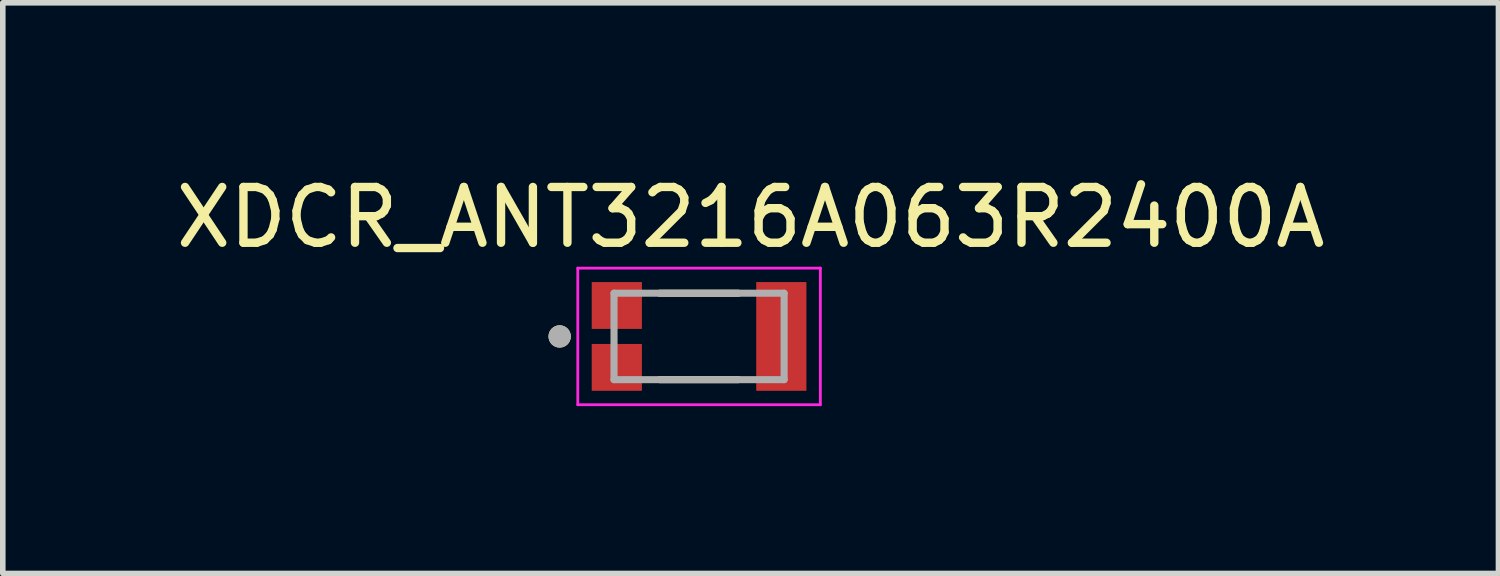
<source format=kicad_pcb>
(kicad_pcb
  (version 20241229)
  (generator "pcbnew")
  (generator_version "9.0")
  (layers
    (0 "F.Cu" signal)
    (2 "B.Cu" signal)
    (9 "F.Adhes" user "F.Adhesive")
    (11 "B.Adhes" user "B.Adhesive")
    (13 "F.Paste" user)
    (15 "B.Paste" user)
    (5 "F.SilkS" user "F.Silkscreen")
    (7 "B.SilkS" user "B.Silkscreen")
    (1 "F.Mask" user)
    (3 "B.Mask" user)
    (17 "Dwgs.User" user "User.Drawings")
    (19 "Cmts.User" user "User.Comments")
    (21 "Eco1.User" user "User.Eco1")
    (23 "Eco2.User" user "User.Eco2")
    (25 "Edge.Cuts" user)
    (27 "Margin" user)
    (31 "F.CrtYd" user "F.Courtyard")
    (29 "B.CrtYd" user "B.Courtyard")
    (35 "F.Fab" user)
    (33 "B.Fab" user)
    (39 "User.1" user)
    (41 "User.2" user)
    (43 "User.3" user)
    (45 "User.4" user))
  (footprint "XDCR_ANT3216A063R2400A"
    (layer "F.Cu")
    (at 9.486 2.983)
    (property "Reference" "XDCR_ANT3216A063R2400A" (at 0.925 -2.135 0) (layer "F.SilkS") (effects (font (size 1 1) (thickness 0.15))))
    (attr smd)
    (fp_line (start -0.705 -0.775) (end 0.705 -0.775) (stroke (width 0.127) (type solid)) (layer "F.SilkS"))
    (fp_line (start -0.705 0.775) (end 0.705 0.775) (stroke (width 0.127) (type solid)) (layer "F.SilkS"))
    (fp_circle (center -2.5 0) (end -2.4 0) (stroke (width 0.2) (type solid)) (fill no) (layer "F.SilkS"))
    (fp_line (start -2.175 -1.225) (end -2.175 1.225) (stroke (width 0.05) (type solid)) (layer "F.CrtYd"))
    (fp_line (start -2.175 1.225) (end 2.175 1.225) (stroke (width 0.05) (type solid)) (layer "F.CrtYd"))
    (fp_line (start 2.175 -1.225) (end -2.175 -1.225) (stroke (width 0.05) (type solid)) (layer "F.CrtYd"))
    (fp_line (start 2.175 1.225) (end 2.175 -1.225) (stroke (width 0.05) (type solid)) (layer "F.CrtYd"))
    (fp_line (start -1.525 -0.775) (end -1.525 0.775) (stroke (width 0.127) (type solid)) (layer "F.Fab"))
    (fp_line (start -1.525 0.775) (end 1.525 0.775) (stroke (width 0.127) (type solid)) (layer "F.Fab"))
    (fp_line (start 1.525 -0.775) (end -1.525 -0.775) (stroke (width 0.127) (type solid)) (layer "F.Fab"))
    (fp_line (start 1.525 0.775) (end 1.525 -0.775) (stroke (width 0.127) (type solid)) (layer "F.Fab"))
    (fp_circle (center -2.5 0) (end -2.4 0) (stroke (width 0.2) (type solid)) (fill no) (layer "F.Fab"))
    (pad "S1_1" smd rect (at -1.475 0.555) (size 0.9 0.84) (layers "F.Cu" "F.Mask" "F.Paste"))
    (pad "S1_2" smd rect (at -1.475 -0.555) (size 0.9 0.84) (layers "F.Cu" "F.Mask" "F.Paste"))
    (pad "S2" smd rect (at 1.475 0) (size 0.9 1.95) (layers "F.Cu" "F.Mask" "F.Paste"))
    (zone (net_name "") (layer "F.Cu") (hatch full 0.508) (connect_pads) (min_thickness 0.01) (filled_areas_thickness no) (keepout (tracks not_allowed) (vias not_allowed) (pads not_allowed) (copperpour not_allowed) (footprints allowed)) (placement (enabled no)) (fill) (polygon (pts (xy 8.461 2.208) (xy 8.461 2.848) (xy 7.961 2.848) (xy 7.961 3.118) (xy 8.461 3.118) (xy 8.461 3.758) (xy 10.511 3.758) (xy 10.511 2.208))))
    (zone (net_name "") (layers "F.Cu" "B.Cu") (hatch full 0.508) (connect_pads) (min_thickness 0.01) (filled_areas_thickness no) (keepout (tracks allowed) (vias not_allowed) (pads allowed) (copperpour allowed) (footprints allowed)) (placement (enabled no)) (fill) (polygon (pts (xy 8.461 2.208) (xy 8.461 2.848) (xy 7.961 2.848) (xy 7.961 3.118) (xy 8.461 3.118) (xy 8.461 3.758) (xy 10.511 3.758) (xy 10.511 2.208)))))
  (gr_rect
    (start -3 -3)
    (end 23.821 7.233)
    (stroke (width 0.1) (type default))
    (fill no)
    (layer "Edge.Cuts")))
</source>
